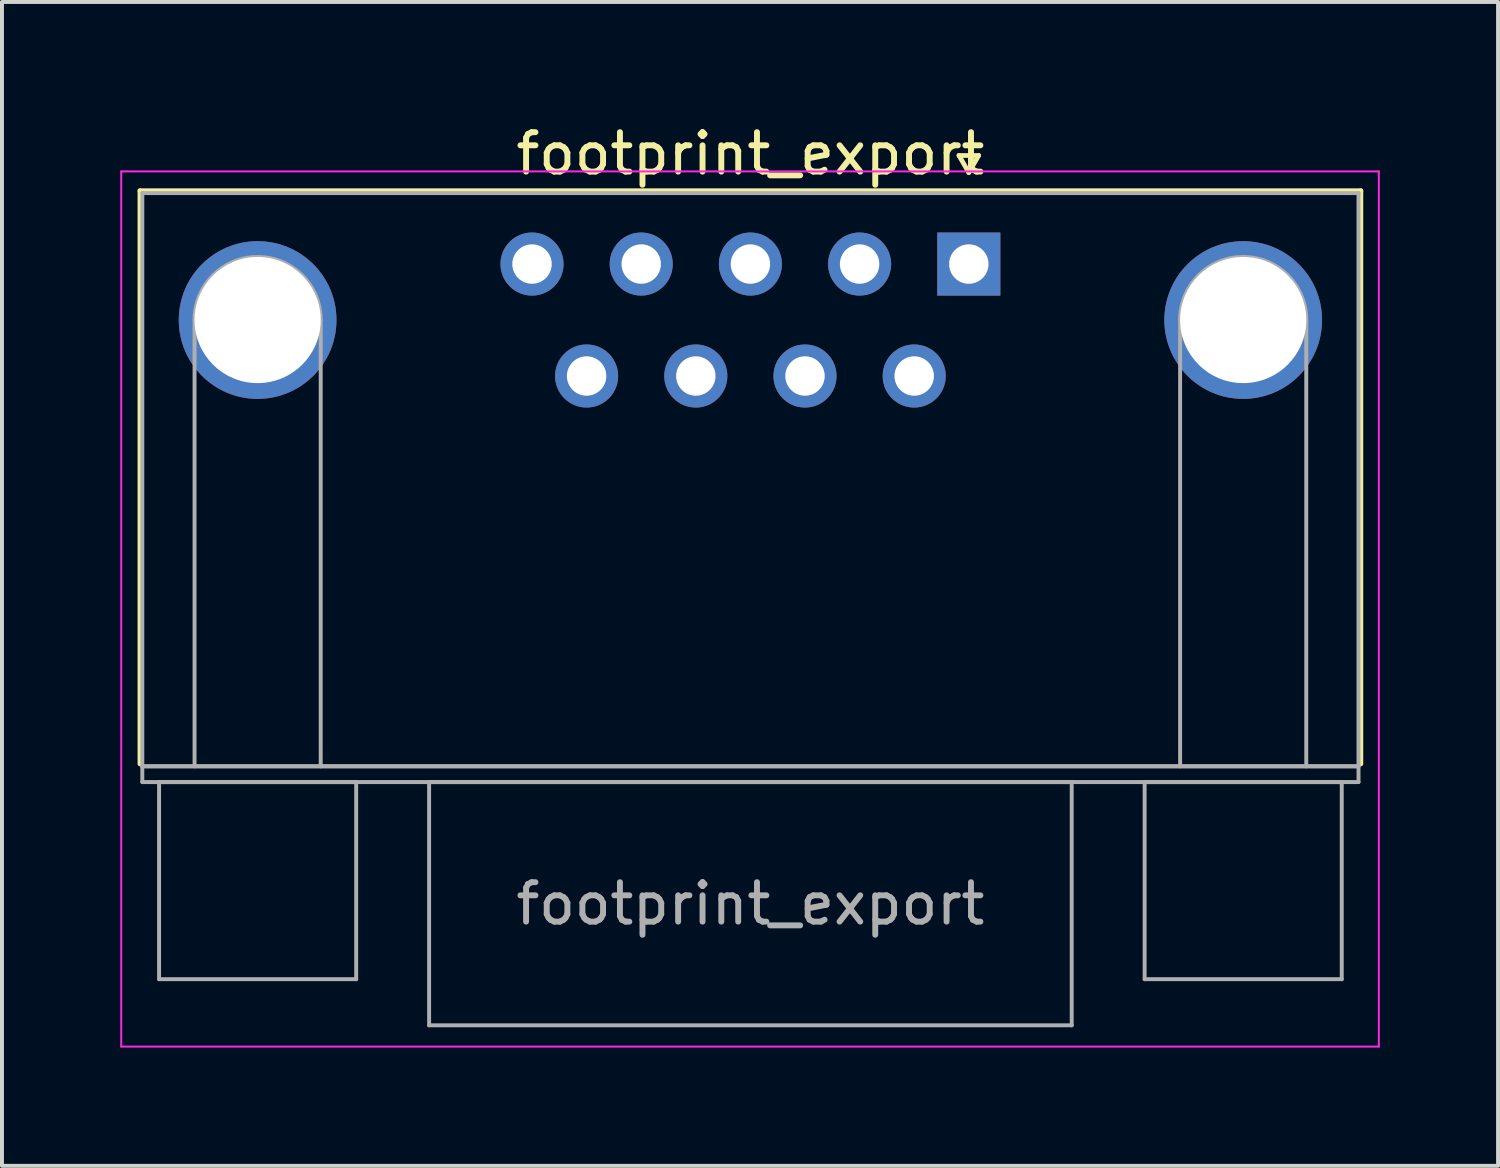
<source format=kicad_pcb>
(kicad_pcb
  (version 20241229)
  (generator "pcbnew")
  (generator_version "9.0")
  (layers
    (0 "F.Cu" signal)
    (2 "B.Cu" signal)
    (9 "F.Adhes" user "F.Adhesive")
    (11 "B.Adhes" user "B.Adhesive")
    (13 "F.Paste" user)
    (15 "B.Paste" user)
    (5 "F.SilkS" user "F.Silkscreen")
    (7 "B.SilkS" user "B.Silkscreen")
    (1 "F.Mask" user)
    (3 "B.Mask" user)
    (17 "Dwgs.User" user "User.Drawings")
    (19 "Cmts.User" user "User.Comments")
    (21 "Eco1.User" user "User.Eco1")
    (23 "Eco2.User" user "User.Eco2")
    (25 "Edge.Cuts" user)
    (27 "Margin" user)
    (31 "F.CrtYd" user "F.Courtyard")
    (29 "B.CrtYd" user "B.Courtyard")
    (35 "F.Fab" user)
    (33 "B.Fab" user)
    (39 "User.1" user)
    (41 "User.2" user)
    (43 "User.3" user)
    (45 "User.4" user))
  (footprint "footprint_export"
    (layer "F.Cu")
    (at 21.525 3.648)
    (property "Reference" "footprint_export" (at -5.54 -2.8 0) (layer "F.SilkS") (effects (font (size 1 1) (thickness 0.15))))
    (attr through_hole)
    (fp_line (start -21.025 -1.86) (end 9.945 -1.86) (stroke (width 0.12) (type solid)) (layer "F.SilkS"))
    (fp_line (start -21.025 12.68) (end -21.025 -1.86) (stroke (width 0.12) (type solid)) (layer "F.SilkS"))
    (fp_line (start -0.25 -2.754) (end 0.25 -2.754) (stroke (width 0.12) (type solid)) (layer "F.SilkS"))
    (fp_line (start 0 -2.321) (end -0.25 -2.754) (stroke (width 0.12) (type solid)) (layer "F.SilkS"))
    (fp_line (start 0.25 -2.754) (end 0 -2.321) (stroke (width 0.12) (type solid)) (layer "F.SilkS"))
    (fp_line (start 9.945 -1.86) (end 9.945 12.68) (stroke (width 0.12) (type solid)) (layer "F.SilkS"))
    (fp_line (start -21.5 -2.35) (end -21.5 19.85) (stroke (width 0.05) (type solid)) (layer "F.CrtYd"))
    (fp_line (start -21.5 19.85) (end 10.4 19.85) (stroke (width 0.05) (type solid)) (layer "F.CrtYd"))
    (fp_line (start 10.4 -2.35) (end -21.5 -2.35) (stroke (width 0.05) (type solid)) (layer "F.CrtYd"))
    (fp_line (start 10.4 19.85) (end 10.4 -2.35) (stroke (width 0.05) (type solid)) (layer "F.CrtYd"))
    (fp_line (start -20.965 -1.8) (end -20.965 12.74) (stroke (width 0.1) (type solid)) (layer "F.Fab"))
    (fp_line (start -20.965 12.74) (end -20.965 13.14) (stroke (width 0.1) (type solid)) (layer "F.Fab"))
    (fp_line (start -20.965 12.74) (end 9.885 12.74) (stroke (width 0.1) (type solid)) (layer "F.Fab"))
    (fp_line (start -20.965 13.14) (end 9.885 13.14) (stroke (width 0.1) (type solid)) (layer "F.Fab"))
    (fp_line (start -20.54 13.14) (end -20.54 18.14) (stroke (width 0.1) (type solid)) (layer "F.Fab"))
    (fp_line (start -20.54 18.14) (end -15.54 18.14) (stroke (width 0.1) (type solid)) (layer "F.Fab"))
    (fp_line (start -19.64 12.74) (end -19.64 1.42) (stroke (width 0.1) (type solid)) (layer "F.Fab"))
    (fp_line (start -16.44 12.74) (end -16.44 1.42) (stroke (width 0.1) (type solid)) (layer "F.Fab"))
    (fp_line (start -15.54 13.14) (end -20.54 13.14) (stroke (width 0.1) (type solid)) (layer "F.Fab"))
    (fp_line (start -15.54 18.14) (end -15.54 13.14) (stroke (width 0.1) (type solid)) (layer "F.Fab"))
    (fp_line (start -13.69 13.14) (end -13.69 19.31) (stroke (width 0.1) (type solid)) (layer "F.Fab"))
    (fp_line (start -13.69 19.31) (end 2.61 19.31) (stroke (width 0.1) (type solid)) (layer "F.Fab"))
    (fp_line (start 2.61 13.14) (end -13.69 13.14) (stroke (width 0.1) (type solid)) (layer "F.Fab"))
    (fp_line (start 2.61 19.31) (end 2.61 13.14) (stroke (width 0.1) (type solid)) (layer "F.Fab"))
    (fp_line (start 4.46 13.14) (end 4.46 18.14) (stroke (width 0.1) (type solid)) (layer "F.Fab"))
    (fp_line (start 4.46 18.14) (end 9.46 18.14) (stroke (width 0.1) (type solid)) (layer "F.Fab"))
    (fp_line (start 5.36 12.74) (end 5.36 1.42) (stroke (width 0.1) (type solid)) (layer "F.Fab"))
    (fp_line (start 8.56 12.74) (end 8.56 1.42) (stroke (width 0.1) (type solid)) (layer "F.Fab"))
    (fp_line (start 9.46 13.14) (end 4.46 13.14) (stroke (width 0.1) (type solid)) (layer "F.Fab"))
    (fp_line (start 9.46 18.14) (end 9.46 13.14) (stroke (width 0.1) (type solid)) (layer "F.Fab"))
    (fp_line (start 9.885 -1.8) (end -20.965 -1.8) (stroke (width 0.1) (type solid)) (layer "F.Fab"))
    (fp_line (start 9.885 12.74) (end -20.965 12.74) (stroke (width 0.1) (type solid)) (layer "F.Fab"))
    (fp_line (start 9.885 12.74) (end 9.885 -1.8) (stroke (width 0.1) (type solid)) (layer "F.Fab"))
    (fp_line (start 9.885 13.14) (end 9.885 12.74) (stroke (width 0.1) (type solid)) (layer "F.Fab"))
    (fp_arc (start -19.64 1.42) (mid -18.04 -0.18) (end -16.44 1.42) (stroke (width 0.1) (type solid)) (layer "F.Fab"))
    (fp_arc (start 5.36 1.42) (mid 6.96 -0.18) (end 8.56 1.42) (stroke (width 0.1) (type solid)) (layer "F.Fab"))
    (fp_text user "${REFERENCE}" (at -5.54 16.225 0) (layer "F.Fab") (effects (font (size 1 1) (thickness 0.15))))
    (pad "0" thru_hole circle (at -18.04 1.42) (size 4 4) (drill 3.2) (layers "*.Cu" "*.Mask"))
    (pad "0" thru_hole circle (at 6.96 1.42) (size 4 4) (drill 3.2) (layers "*.Cu" "*.Mask"))
    (pad "1" thru_hole rect (at 0 0) (size 1.6 1.6) (drill 1) (layers "*.Cu" "*.Mask"))
    (pad "2" thru_hole circle (at -2.77 0) (size 1.6 1.6) (drill 1) (layers "*.Cu" "*.Mask"))
    (pad "3" thru_hole circle (at -5.54 0) (size 1.6 1.6) (drill 1) (layers "*.Cu" "*.Mask"))
    (pad "4" thru_hole circle (at -8.31 0) (size 1.6 1.6) (drill 1) (layers "*.Cu" "*.Mask"))
    (pad "5" thru_hole circle (at -11.08 0) (size 1.6 1.6) (drill 1) (layers "*.Cu" "*.Mask"))
    (pad "6" thru_hole circle (at -1.385 2.84) (size 1.6 1.6) (drill 1) (layers "*.Cu" "*.Mask"))
    (pad "7" thru_hole circle (at -4.155 2.84) (size 1.6 1.6) (drill 1) (layers "*.Cu" "*.Mask"))
    (pad "8" thru_hole circle (at -6.925 2.84) (size 1.6 1.6) (drill 1) (layers "*.Cu" "*.Mask"))
    (pad "9" thru_hole circle (at -9.695 2.84) (size 1.6 1.6) (drill 1) (layers "*.Cu" "*.Mask")))
  (gr_rect
    (start -3 -3)
    (end 34.95 26.523)
    (stroke (width 0.1) (type default))
    (fill no)
    (layer "Edge.Cuts")))
</source>
